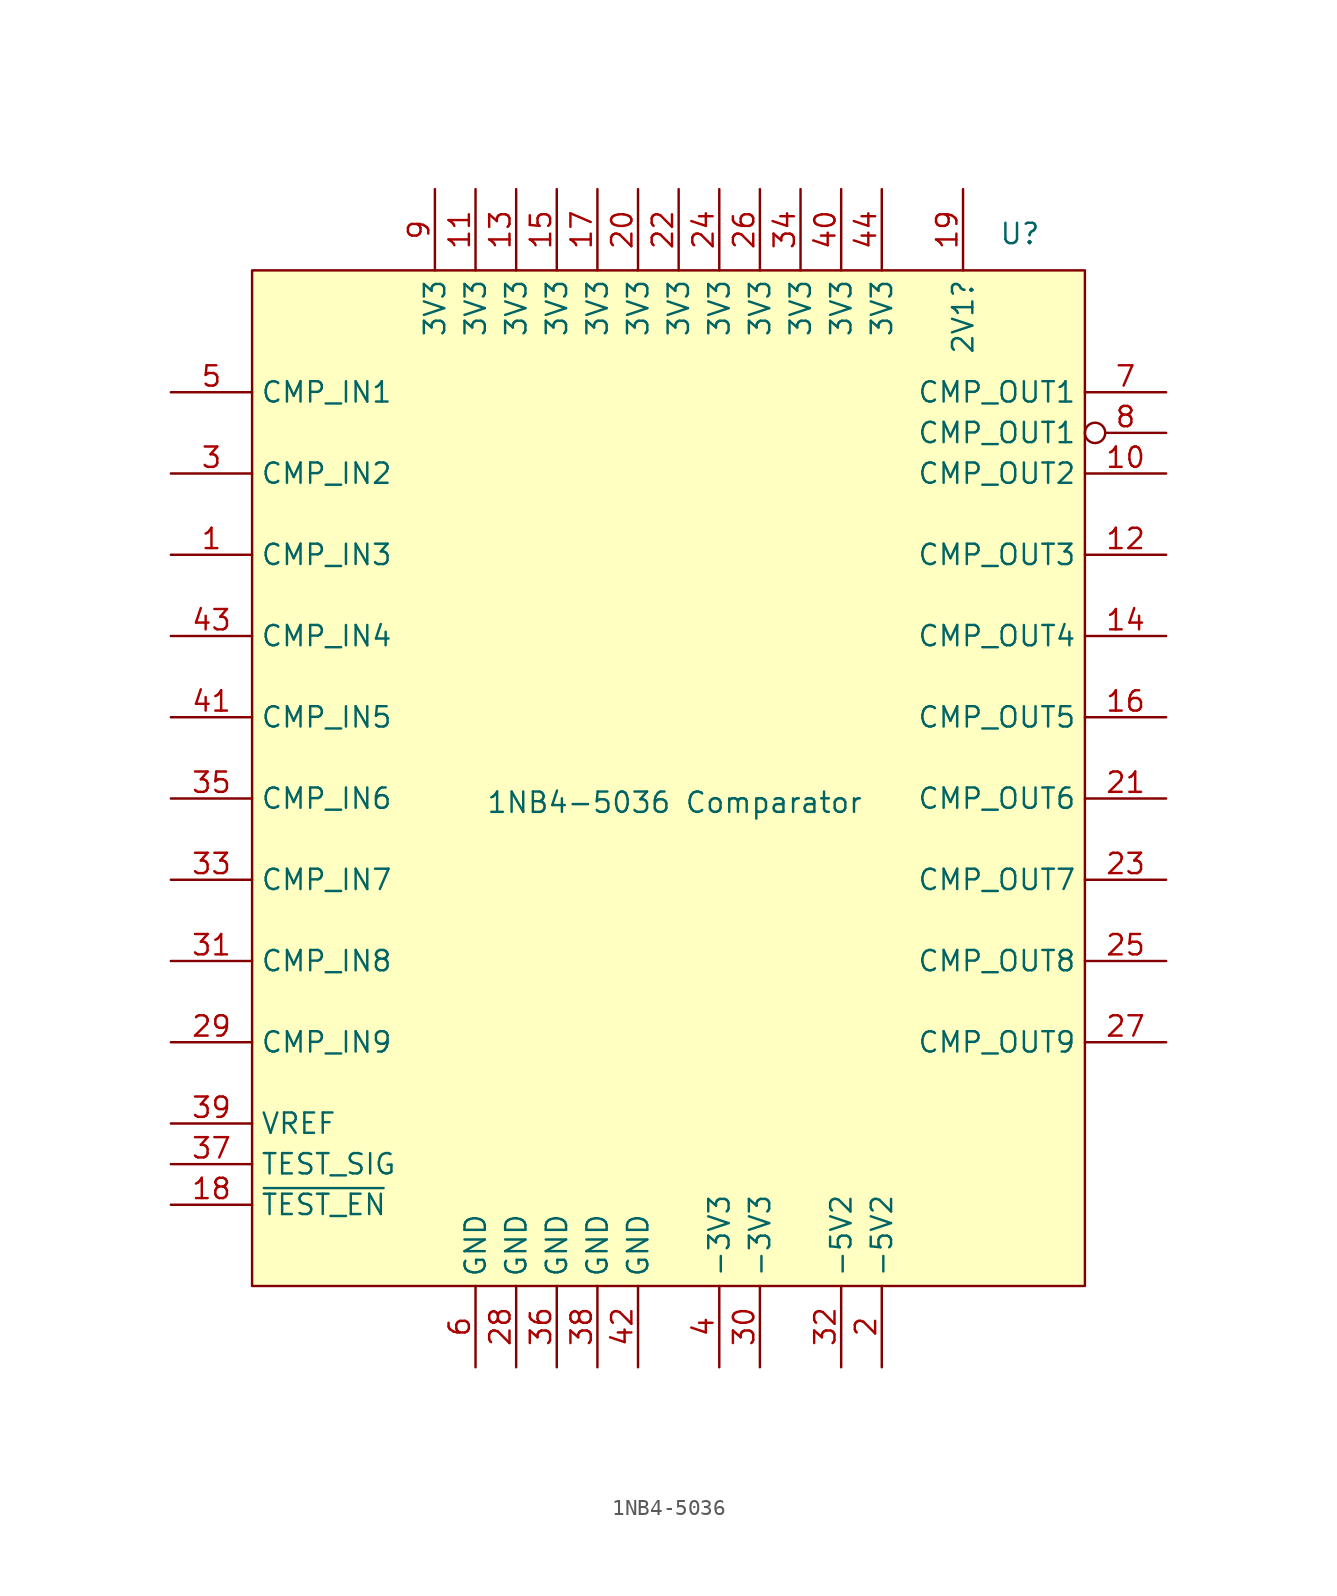
<source format=kicad_sym>
(kicad_symbol_lib
  (version 20241209)
  (generator "kicad_symbol_editor")
  (generator_version "9.0")
  (symbol "1NB4-5036"
    (property "Reference" "U"
      (at 48.006 2.286 0)
      (effects (font (size 1.27 1.27))))
    (property "Value" "1NB4-5036 Comparator"
      (at 26.416 -33.274 0)
      (effects (font (size 1.27 1.27))))
    (symbol "1NB4-5036_1_1"
      (rectangle (start 0 0) (end 52.07 -63.5) (stroke (width 0) (type solid)) (fill (type background)))
      (pin input line (at -5.08 -7.62 0) (length 5.08) (name "CMP_IN1" (effects (font (size 1.27 1.27)))) (number "5" (effects (font (size 1.27 1.27)))))
      (pin input line (at -5.08 -12.7 0) (length 5.08) (name "CMP_IN2" (effects (font (size 1.27 1.27)))) (number "3" (effects (font (size 1.27 1.27)))))
      (pin input line (at -5.08 -17.78 0) (length 5.08) (name "CMP_IN3" (effects (font (size 1.27 1.27)))) (number "1" (effects (font (size 1.27 1.27)))))
      (pin input line (at -5.08 -22.86 0) (length 5.08) (name "CMP_IN4" (effects (font (size 1.27 1.27)))) (number "43" (effects (font (size 1.27 1.27)))))
      (pin input line (at -5.08 -27.94 0) (length 5.08) (name "CMP_IN5" (effects (font (size 1.27 1.27)))) (number "41" (effects (font (size 1.27 1.27)))))
      (pin input line (at -5.08 -33.02 0) (length 5.08) (name "CMP_IN6" (effects (font (size 1.27 1.27)))) (number "35" (effects (font (size 1.27 1.27)))))
      (pin input line (at -5.08 -38.1 0) (length 5.08) (name "CMP_IN7" (effects (font (size 1.27 1.27)))) (number "33" (effects (font (size 1.27 1.27)))))
      (pin input line (at -5.08 -43.18 0) (length 5.08) (name "CMP_IN8" (effects (font (size 1.27 1.27)))) (number "31" (effects (font (size 1.27 1.27)))))
      (pin input line (at -5.08 -48.26 0) (length 5.08) (name "CMP_IN9" (effects (font (size 1.27 1.27)))) (number "29" (effects (font (size 1.27 1.27)))))
      (pin input line (at -5.08 -53.34 0) (length 5.08) (name "VREF" (effects (font (size 1.27 1.27)))) (number "39" (effects (font (size 1.27 1.27)))))
      (pin input line (at -5.08 -55.88 0) (length 5.08) (name "TEST_SIG" (effects (font (size 1.27 1.27)))) (number "37" (effects (font (size 1.27 1.27)))))
      (pin input line (at -5.08 -58.42 0) (length 5.08) (name "~{TEST_EN}" (effects (font (size 1.27 1.27)))) (number "18" (effects (font (size 1.27 1.27)))))
      (pin power_in line (at 11.43 5.08 270) (length 5.08) (name "3V3" (effects (font (size 1.27 1.27)))) (number "9" (effects (font (size 1.27 1.27)))))
      (pin power_in line (at 13.97 5.08 270) (length 5.08) (name "3V3" (effects (font (size 1.27 1.27)))) (number "11" (effects (font (size 1.27 1.27)))))
      (pin power_in line (at 13.97 -68.58 90) (length 5.08) (name "GND" (effects (font (size 1.27 1.27)))) (number "6" (effects (font (size 1.27 1.27)))))
      (pin power_in line (at 16.51 5.08 270) (length 5.08) (name "3V3" (effects (font (size 1.27 1.27)))) (number "13" (effects (font (size 1.27 1.27)))))
      (pin power_in line (at 16.51 -68.58 90) (length 5.08) (name "GND" (effects (font (size 1.27 1.27)))) (number "28" (effects (font (size 1.27 1.27)))))
      (pin power_in line (at 19.05 5.08 270) (length 5.08) (name "3V3" (effects (font (size 1.27 1.27)))) (number "15" (effects (font (size 1.27 1.27)))))
      (pin power_in line (at 19.05 -68.58 90) (length 5.08) (name "GND" (effects (font (size 1.27 1.27)))) (number "36" (effects (font (size 1.27 1.27)))))
      (pin power_in line (at 21.59 5.08 270) (length 5.08) (name "3V3" (effects (font (size 1.27 1.27)))) (number "17" (effects (font (size 1.27 1.27)))))
      (pin power_in line (at 21.59 -68.58 90) (length 5.08) (name "GND" (effects (font (size 1.27 1.27)))) (number "38" (effects (font (size 1.27 1.27)))))
      (pin power_in line (at 24.13 5.08 270) (length 5.08) (name "3V3" (effects (font (size 1.27 1.27)))) (number "20" (effects (font (size 1.27 1.27)))))
      (pin power_in line (at 24.13 -68.58 90) (length 5.08) (name "GND" (effects (font (size 1.27 1.27)))) (number "42" (effects (font (size 1.27 1.27)))))
      (pin power_in line (at 26.67 5.08 270) (length 5.08) (name "3V3" (effects (font (size 1.27 1.27)))) (number "22" (effects (font (size 1.27 1.27)))))
      (pin power_in line (at 29.21 5.08 270) (length 5.08) (name "3V3" (effects (font (size 1.27 1.27)))) (number "24" (effects (font (size 1.27 1.27)))))
      (pin power_in line (at 29.21 -68.58 90) (length 5.08) (name "-3V3" (effects (font (size 1.27 1.27)))) (number "4" (effects (font (size 1.27 1.27)))))
      (pin power_in line (at 31.75 5.08 270) (length 5.08) (name "3V3" (effects (font (size 1.27 1.27)))) (number "26" (effects (font (size 1.27 1.27)))))
      (pin power_in line (at 31.75 -68.58 90) (length 5.08) (name "-3V3" (effects (font (size 1.27 1.27)))) (number "30" (effects (font (size 1.27 1.27)))))
      (pin power_in line (at 34.29 5.08 270) (length 5.08) (name "3V3" (effects (font (size 1.27 1.27)))) (number "34" (effects (font (size 1.27 1.27)))))
      (pin power_in line (at 36.83 5.08 270) (length 5.08) (name "3V3" (effects (font (size 1.27 1.27)))) (number "40" (effects (font (size 1.27 1.27)))))
      (pin power_in line (at 36.83 -68.58 90) (length 5.08) (name "-5V2" (effects (font (size 1.27 1.27)))) (number "32" (effects (font (size 1.27 1.27)))))
      (pin power_in line (at 39.37 5.08 270) (length 5.08) (name "3V3" (effects (font (size 1.27 1.27)))) (number "44" (effects (font (size 1.27 1.27)))))
      (pin power_in line (at 39.37 -68.58 90) (length 5.08) (name "-5V2" (effects (font (size 1.27 1.27)))) (number "2" (effects (font (size 1.27 1.27)))))
      (pin unspecified line (at 44.45 5.08 270) (length 5.08) (name "2V1?" (effects (font (size 1.27 1.27)))) (number "19" (effects (font (size 1.27 1.27)))))
      (pin output line (at 57.15 -7.62 180) (length 5.08) (name "CMP_OUT1" (effects (font (size 1.27 1.27)))) (number "7" (effects (font (size 1.27 1.27)))))
      (pin output inverted (at 57.15 -10.16 180) (length 5.08) (name "CMP_OUT1" (effects (font (size 1.27 1.27)))) (number "8" (effects (font (size 1.27 1.27)))))
      (pin output line (at 57.15 -12.7 180) (length 5.08) (name "CMP_OUT2" (effects (font (size 1.27 1.27)))) (number "10" (effects (font (size 1.27 1.27)))))
      (pin output line (at 57.15 -17.78 180) (length 5.08) (name "CMP_OUT3" (effects (font (size 1.27 1.27)))) (number "12" (effects (font (size 1.27 1.27)))))
      (pin output line (at 57.15 -22.86 180) (length 5.08) (name "CMP_OUT4" (effects (font (size 1.27 1.27)))) (number "14" (effects (font (size 1.27 1.27)))))
      (pin output line (at 57.15 -27.94 180) (length 5.08) (name "CMP_OUT5" (effects (font (size 1.27 1.27)))) (number "16" (effects (font (size 1.27 1.27)))))
      (pin output line (at 57.15 -33.02 180) (length 5.08) (name "CMP_OUT6" (effects (font (size 1.27 1.27)))) (number "21" (effects (font (size 1.27 1.27)))))
      (pin output line (at 57.15 -38.1 180) (length 5.08) (name "CMP_OUT7" (effects (font (size 1.27 1.27)))) (number "23" (effects (font (size 1.27 1.27)))))
      (pin output line (at 57.15 -43.18 180) (length 5.08) (name "CMP_OUT8" (effects (font (size 1.27 1.27)))) (number "25" (effects (font (size 1.27 1.27)))))
      (pin output line (at 57.15 -48.26 180) (length 5.08) (name "CMP_OUT9" (effects (font (size 1.27 1.27)))) (number "27" (effects (font (size 1.27 1.27))))))))
</source>
